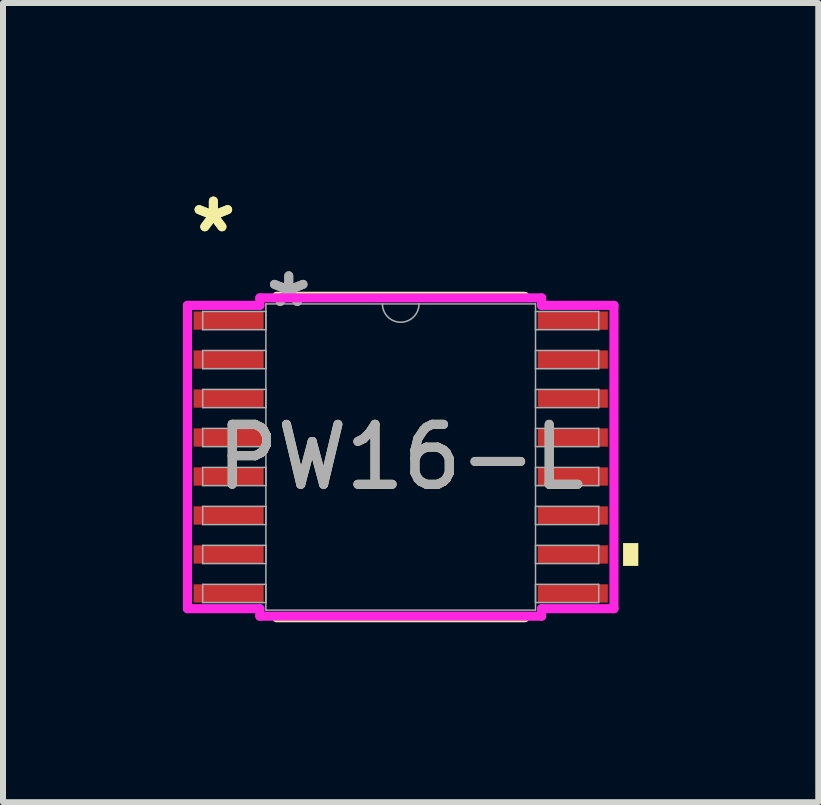
<source format=kicad_pcb>
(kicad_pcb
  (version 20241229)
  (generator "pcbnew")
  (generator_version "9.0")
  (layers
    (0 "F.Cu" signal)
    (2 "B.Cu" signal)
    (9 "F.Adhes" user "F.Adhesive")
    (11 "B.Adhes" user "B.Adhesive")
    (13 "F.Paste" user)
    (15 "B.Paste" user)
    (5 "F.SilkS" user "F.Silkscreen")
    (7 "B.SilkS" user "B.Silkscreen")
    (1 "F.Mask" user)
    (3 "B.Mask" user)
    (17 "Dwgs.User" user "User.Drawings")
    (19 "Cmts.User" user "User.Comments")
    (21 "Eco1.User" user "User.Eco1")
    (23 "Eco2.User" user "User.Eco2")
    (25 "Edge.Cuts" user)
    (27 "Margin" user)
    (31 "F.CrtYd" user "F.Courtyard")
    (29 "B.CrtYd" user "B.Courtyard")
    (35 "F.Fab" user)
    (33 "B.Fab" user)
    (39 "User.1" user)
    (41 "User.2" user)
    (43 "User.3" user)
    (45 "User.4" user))
  (footprint "PW16-L"
    (layer "F.Cu")
    (at 3.632 4.571)
    (property "Reference" "PW16-L" (at 0 0 0) (unlocked yes) (layer "F.SilkS") (effects (font (size 1 1) (thickness 0.15))))
    (attr smd)
    (fp_line (start -2.069 2.68) (end 2.069 2.68) (stroke (width 0.152) (type solid)) (layer "F.SilkS"))
    (fp_line (start 2.069 -2.68) (end -2.069 -2.68) (stroke (width 0.152) (type solid)) (layer "F.SilkS"))
    (fp_poly (pts (xy 3.962 1.435) (xy 3.962 1.816) (xy 3.708 1.816) (xy 3.708 1.435)) (stroke (width 0) (type solid)) (fill yes) (layer "F.SilkS"))
    (fp_line (start -3.556 -2.529) (end -2.349 -2.529) (stroke (width 0.152) (type solid)) (layer "F.CrtYd"))
    (fp_line (start -3.556 2.529) (end -3.556 -2.529) (stroke (width 0.152) (type solid)) (layer "F.CrtYd"))
    (fp_line (start -3.556 2.529) (end -2.349 2.529) (stroke (width 0.152) (type solid)) (layer "F.CrtYd"))
    (fp_line (start -2.349 -2.654) (end 2.349 -2.654) (stroke (width 0.152) (type solid)) (layer "F.CrtYd"))
    (fp_line (start -2.349 -2.529) (end -2.349 -2.654) (stroke (width 0.152) (type solid)) (layer "F.CrtYd"))
    (fp_line (start -2.349 2.654) (end -2.349 2.529) (stroke (width 0.152) (type solid)) (layer "F.CrtYd"))
    (fp_line (start 2.349 -2.654) (end 2.349 -2.529) (stroke (width 0.152) (type solid)) (layer "F.CrtYd"))
    (fp_line (start 2.349 2.529) (end 2.349 2.654) (stroke (width 0.152) (type solid)) (layer "F.CrtYd"))
    (fp_line (start 2.349 2.654) (end -2.349 2.654) (stroke (width 0.152) (type solid)) (layer "F.CrtYd"))
    (fp_line (start 3.556 -2.529) (end 2.349 -2.529) (stroke (width 0.152) (type solid)) (layer "F.CrtYd"))
    (fp_line (start 3.556 -2.529) (end 3.556 2.529) (stroke (width 0.152) (type solid)) (layer "F.CrtYd"))
    (fp_line (start 3.556 2.529) (end 2.349 2.529) (stroke (width 0.152) (type solid)) (layer "F.CrtYd"))
    (fp_line (start -3.302 -2.427) (end -3.302 -2.123) (stroke (width 0.025) (type solid)) (layer "F.Fab"))
    (fp_line (start -3.302 -2.123) (end -2.248 -2.123) (stroke (width 0.025) (type solid)) (layer "F.Fab"))
    (fp_line (start -3.302 -1.777) (end -3.302 -1.473) (stroke (width 0.025) (type solid)) (layer "F.Fab"))
    (fp_line (start -3.302 -1.473) (end -2.248 -1.473) (stroke (width 0.025) (type solid)) (layer "F.Fab"))
    (fp_line (start -3.302 -1.127) (end -3.302 -0.823) (stroke (width 0.025) (type solid)) (layer "F.Fab"))
    (fp_line (start -3.302 -0.823) (end -2.248 -0.823) (stroke (width 0.025) (type solid)) (layer "F.Fab"))
    (fp_line (start -3.302 -0.477) (end -3.302 -0.173) (stroke (width 0.025) (type solid)) (layer "F.Fab"))
    (fp_line (start -3.302 -0.173) (end -2.248 -0.173) (stroke (width 0.025) (type solid)) (layer "F.Fab"))
    (fp_line (start -3.302 0.173) (end -3.302 0.477) (stroke (width 0.025) (type solid)) (layer "F.Fab"))
    (fp_line (start -3.302 0.477) (end -2.248 0.477) (stroke (width 0.025) (type solid)) (layer "F.Fab"))
    (fp_line (start -3.302 0.823) (end -3.302 1.127) (stroke (width 0.025) (type solid)) (layer "F.Fab"))
    (fp_line (start -3.302 1.127) (end -2.248 1.127) (stroke (width 0.025) (type solid)) (layer "F.Fab"))
    (fp_line (start -3.302 1.473) (end -3.302 1.777) (stroke (width 0.025) (type solid)) (layer "F.Fab"))
    (fp_line (start -3.302 1.777) (end -2.248 1.777) (stroke (width 0.025) (type solid)) (layer "F.Fab"))
    (fp_line (start -3.302 2.123) (end -3.302 2.427) (stroke (width 0.025) (type solid)) (layer "F.Fab"))
    (fp_line (start -3.302 2.427) (end -2.248 2.427) (stroke (width 0.025) (type solid)) (layer "F.Fab"))
    (fp_line (start -2.248 -2.553) (end -2.248 2.553) (stroke (width 0.025) (type solid)) (layer "F.Fab"))
    (fp_line (start -2.248 -2.427) (end -3.302 -2.427) (stroke (width 0.025) (type solid)) (layer "F.Fab"))
    (fp_line (start -2.248 -2.123) (end -2.248 -2.427) (stroke (width 0.025) (type solid)) (layer "F.Fab"))
    (fp_line (start -2.248 -1.777) (end -3.302 -1.777) (stroke (width 0.025) (type solid)) (layer "F.Fab"))
    (fp_line (start -2.248 -1.473) (end -2.248 -1.777) (stroke (width 0.025) (type solid)) (layer "F.Fab"))
    (fp_line (start -2.248 -1.127) (end -3.302 -1.127) (stroke (width 0.025) (type solid)) (layer "F.Fab"))
    (fp_line (start -2.248 -0.823) (end -2.248 -1.127) (stroke (width 0.025) (type solid)) (layer "F.Fab"))
    (fp_line (start -2.248 -0.477) (end -3.302 -0.477) (stroke (width 0.025) (type solid)) (layer "F.Fab"))
    (fp_line (start -2.248 -0.173) (end -2.248 -0.477) (stroke (width 0.025) (type solid)) (layer "F.Fab"))
    (fp_line (start -2.248 0.173) (end -3.302 0.173) (stroke (width 0.025) (type solid)) (layer "F.Fab"))
    (fp_line (start -2.248 0.477) (end -2.248 0.173) (stroke (width 0.025) (type solid)) (layer "F.Fab"))
    (fp_line (start -2.248 0.823) (end -3.302 0.823) (stroke (width 0.025) (type solid)) (layer "F.Fab"))
    (fp_line (start -2.248 1.127) (end -2.248 0.823) (stroke (width 0.025) (type solid)) (layer "F.Fab"))
    (fp_line (start -2.248 1.473) (end -3.302 1.473) (stroke (width 0.025) (type solid)) (layer "F.Fab"))
    (fp_line (start -2.248 1.777) (end -2.248 1.473) (stroke (width 0.025) (type solid)) (layer "F.Fab"))
    (fp_line (start -2.248 2.123) (end -3.302 2.123) (stroke (width 0.025) (type solid)) (layer "F.Fab"))
    (fp_line (start -2.248 2.427) (end -2.248 2.123) (stroke (width 0.025) (type solid)) (layer "F.Fab"))
    (fp_line (start -2.248 2.553) (end 2.248 2.553) (stroke (width 0.025) (type solid)) (layer "F.Fab"))
    (fp_line (start 2.248 -2.553) (end -2.248 -2.553) (stroke (width 0.025) (type solid)) (layer "F.Fab"))
    (fp_line (start 2.248 -2.427) (end 2.248 -2.123) (stroke (width 0.025) (type solid)) (layer "F.Fab"))
    (fp_line (start 2.248 -2.123) (end 3.302 -2.123) (stroke (width 0.025) (type solid)) (layer "F.Fab"))
    (fp_line (start 2.248 -1.777) (end 2.248 -1.473) (stroke (width 0.025) (type solid)) (layer "F.Fab"))
    (fp_line (start 2.248 -1.473) (end 3.302 -1.473) (stroke (width 0.025) (type solid)) (layer "F.Fab"))
    (fp_line (start 2.248 -1.127) (end 2.248 -0.823) (stroke (width 0.025) (type solid)) (layer "F.Fab"))
    (fp_line (start 2.248 -0.823) (end 3.302 -0.823) (stroke (width 0.025) (type solid)) (layer "F.Fab"))
    (fp_line (start 2.248 -0.477) (end 2.248 -0.173) (stroke (width 0.025) (type solid)) (layer "F.Fab"))
    (fp_line (start 2.248 -0.173) (end 3.302 -0.173) (stroke (width 0.025) (type solid)) (layer "F.Fab"))
    (fp_line (start 2.248 0.173) (end 2.248 0.477) (stroke (width 0.025) (type solid)) (layer "F.Fab"))
    (fp_line (start 2.248 0.477) (end 3.302 0.477) (stroke (width 0.025) (type solid)) (layer "F.Fab"))
    (fp_line (start 2.248 0.823) (end 2.248 1.127) (stroke (width 0.025) (type solid)) (layer "F.Fab"))
    (fp_line (start 2.248 1.127) (end 3.302 1.127) (stroke (width 0.025) (type solid)) (layer "F.Fab"))
    (fp_line (start 2.248 1.473) (end 2.248 1.777) (stroke (width 0.025) (type solid)) (layer "F.Fab"))
    (fp_line (start 2.248 1.777) (end 3.302 1.777) (stroke (width 0.025) (type solid)) (layer "F.Fab"))
    (fp_line (start 2.248 2.123) (end 2.248 2.427) (stroke (width 0.025) (type solid)) (layer "F.Fab"))
    (fp_line (start 2.248 2.427) (end 3.302 2.427) (stroke (width 0.025) (type solid)) (layer "F.Fab"))
    (fp_line (start 2.248 2.553) (end 2.248 -2.553) (stroke (width 0.025) (type solid)) (layer "F.Fab"))
    (fp_line (start 3.302 -2.427) (end 2.248 -2.427) (stroke (width 0.025) (type solid)) (layer "F.Fab"))
    (fp_line (start 3.302 -2.123) (end 3.302 -2.427) (stroke (width 0.025) (type solid)) (layer "F.Fab"))
    (fp_line (start 3.302 -1.777) (end 2.248 -1.777) (stroke (width 0.025) (type solid)) (layer "F.Fab"))
    (fp_line (start 3.302 -1.473) (end 3.302 -1.777) (stroke (width 0.025) (type solid)) (layer "F.Fab"))
    (fp_line (start 3.302 -1.127) (end 2.248 -1.127) (stroke (width 0.025) (type solid)) (layer "F.Fab"))
    (fp_line (start 3.302 -0.823) (end 3.302 -1.127) (stroke (width 0.025) (type solid)) (layer "F.Fab"))
    (fp_line (start 3.302 -0.477) (end 2.248 -0.477) (stroke (width 0.025) (type solid)) (layer "F.Fab"))
    (fp_line (start 3.302 -0.173) (end 3.302 -0.477) (stroke (width 0.025) (type solid)) (layer "F.Fab"))
    (fp_line (start 3.302 0.173) (end 2.248 0.173) (stroke (width 0.025) (type solid)) (layer "F.Fab"))
    (fp_line (start 3.302 0.477) (end 3.302 0.173) (stroke (width 0.025) (type solid)) (layer "F.Fab"))
    (fp_line (start 3.302 0.823) (end 2.248 0.823) (stroke (width 0.025) (type solid)) (layer "F.Fab"))
    (fp_line (start 3.302 1.127) (end 3.302 0.823) (stroke (width 0.025) (type solid)) (layer "F.Fab"))
    (fp_line (start 3.302 1.473) (end 2.248 1.473) (stroke (width 0.025) (type solid)) (layer "F.Fab"))
    (fp_line (start 3.302 1.777) (end 3.302 1.473) (stroke (width 0.025) (type solid)) (layer "F.Fab"))
    (fp_line (start 3.302 2.123) (end 2.248 2.123) (stroke (width 0.025) (type solid)) (layer "F.Fab"))
    (fp_line (start 3.302 2.427) (end 3.302 2.123) (stroke (width 0.025) (type solid)) (layer "F.Fab"))
    (fp_arc (start 0.3048 -2.5527) (mid 0 -2.2479) (end -0.3048 -2.5527) (stroke (width 0.0254) (type solid)) (layer "F.Fab"))
    (fp_text user "*" (at -3.124 -3.723 0) (unlocked yes) (layer "F.SilkS") (effects (font (size 1 1) (thickness 0.15))))
    (fp_text user "*" (at -3.124 -3.723 0) (layer "F.SilkS") (effects (font (size 1 1) (thickness 0.15))))
    (fp_text user "*" (at -1.867 -2.477 0) (layer "F.Fab") (effects (font (size 1 1) (thickness 0.15))))
    (fp_text user "*" (at -1.867 -2.477 0) (unlocked yes) (layer "F.Fab") (effects (font (size 1 1) (thickness 0.15))))
    (fp_text user "${REFERENCE}" (at 0 0 0) (unlocked yes) (layer "F.Fab") (effects (font (size 1 1) (thickness 0.15))))
    (pad "1" smd rect (at -2.87 -2.275) (size 1.168 0.305) (layers "F.Cu" "F.Mask" "F.Paste"))
    (pad "2" smd rect (at -2.87 -1.625) (size 1.168 0.305) (layers "F.Cu" "F.Mask" "F.Paste"))
    (pad "3" smd rect (at -2.87 -0.975) (size 1.168 0.305) (layers "F.Cu" "F.Mask" "F.Paste"))
    (pad "4" smd rect (at -2.87 -0.325) (size 1.168 0.305) (layers "F.Cu" "F.Mask" "F.Paste"))
    (pad "5" smd rect (at -2.87 0.325) (size 1.168 0.305) (layers "F.Cu" "F.Mask" "F.Paste"))
    (pad "6" smd rect (at -2.87 0.975) (size 1.168 0.305) (layers "F.Cu" "F.Mask" "F.Paste"))
    (pad "7" smd rect (at -2.87 1.625) (size 1.168 0.305) (layers "F.Cu" "F.Mask" "F.Paste"))
    (pad "8" smd rect (at -2.87 2.275) (size 1.168 0.305) (layers "F.Cu" "F.Mask" "F.Paste"))
    (pad "9" smd rect (at 2.87 2.275) (size 1.168 0.305) (layers "F.Cu" "F.Mask" "F.Paste"))
    (pad "10" smd rect (at 2.87 1.625) (size 1.168 0.305) (layers "F.Cu" "F.Mask" "F.Paste"))
    (pad "11" smd rect (at 2.87 0.975) (size 1.168 0.305) (layers "F.Cu" "F.Mask" "F.Paste"))
    (pad "12" smd rect (at 2.87 0.325) (size 1.168 0.305) (layers "F.Cu" "F.Mask" "F.Paste"))
    (pad "13" smd rect (at 2.87 -0.325) (size 1.168 0.305) (layers "F.Cu" "F.Mask" "F.Paste"))
    (pad "14" smd rect (at 2.87 -0.975) (size 1.168 0.305) (layers "F.Cu" "F.Mask" "F.Paste"))
    (pad "15" smd rect (at 2.87 -1.625) (size 1.168 0.305) (layers "F.Cu" "F.Mask" "F.Paste"))
    (pad "16" smd rect (at 2.87 -2.275) (size 1.168 0.305) (layers "F.Cu" "F.Mask" "F.Paste")))
  (gr_rect
    (start -3 -3)
    (end 10.595 10.327)
    (stroke (width 0.1) (type default))
    (fill no)
    (layer "Edge.Cuts")))
</source>
